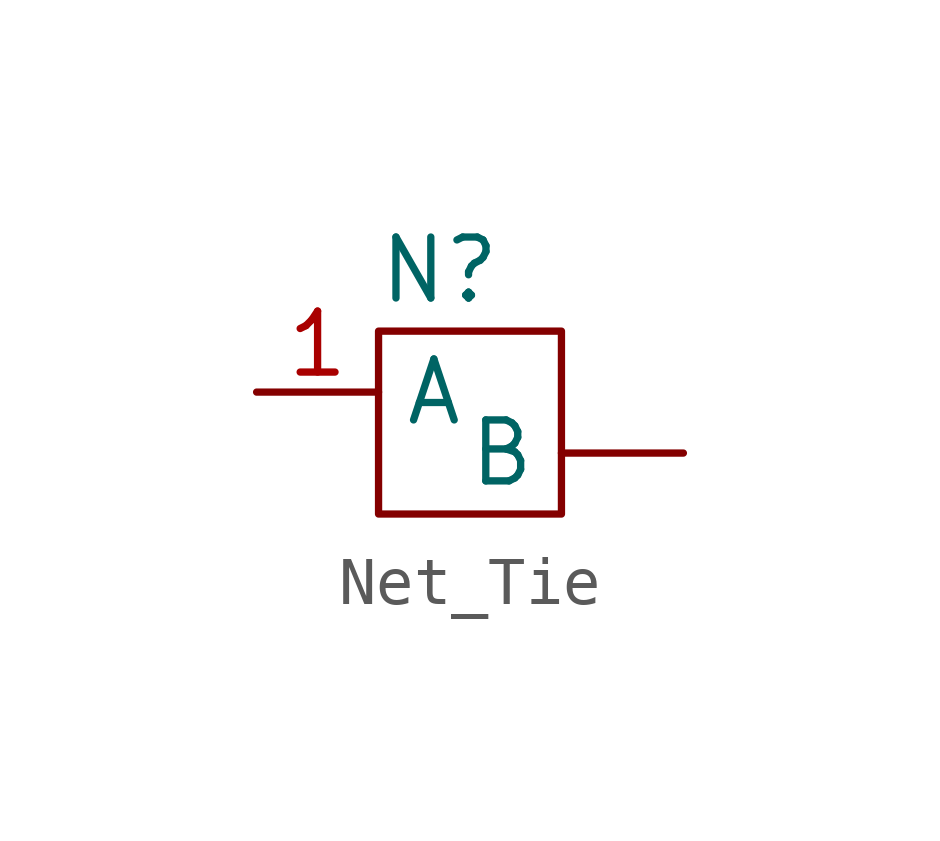
<source format=kicad_sym>
(kicad_symbol_lib
  (version 20231120)
  (generator "kicad_symbol_editor")
  (generator_version "8.0")
  (symbol "Net_Tie"
    (property "Reference" "N"
      (at -1.27 2.54 0)
      (effects (font (size 1.27 1.27))))
    (property "Value" ""
      (at -1.27 2.54 0)
      (effects (font (size 1.27 1.27))))
    (symbol "Net_Tie_0_1"
      (rectangle (start -2.54 1.27) (end 1.27 -2.54) (stroke (width 0) (type default)) (fill (type none))))
    (symbol "Net_Tie_1_1"
      (pin output line (at 3.81 -1.27 180) (length 2.54) (name "B" (effects (font (size 1.27 1.27)))) (number "" (effects (font (size 1.27 1.27)))))
      (pin input line (at -5.08 0 0) (length 2.54) (name "A" (effects (font (size 1.27 1.27)))) (number "1" (effects (font (size 1.27 1.27))))))))
</source>
